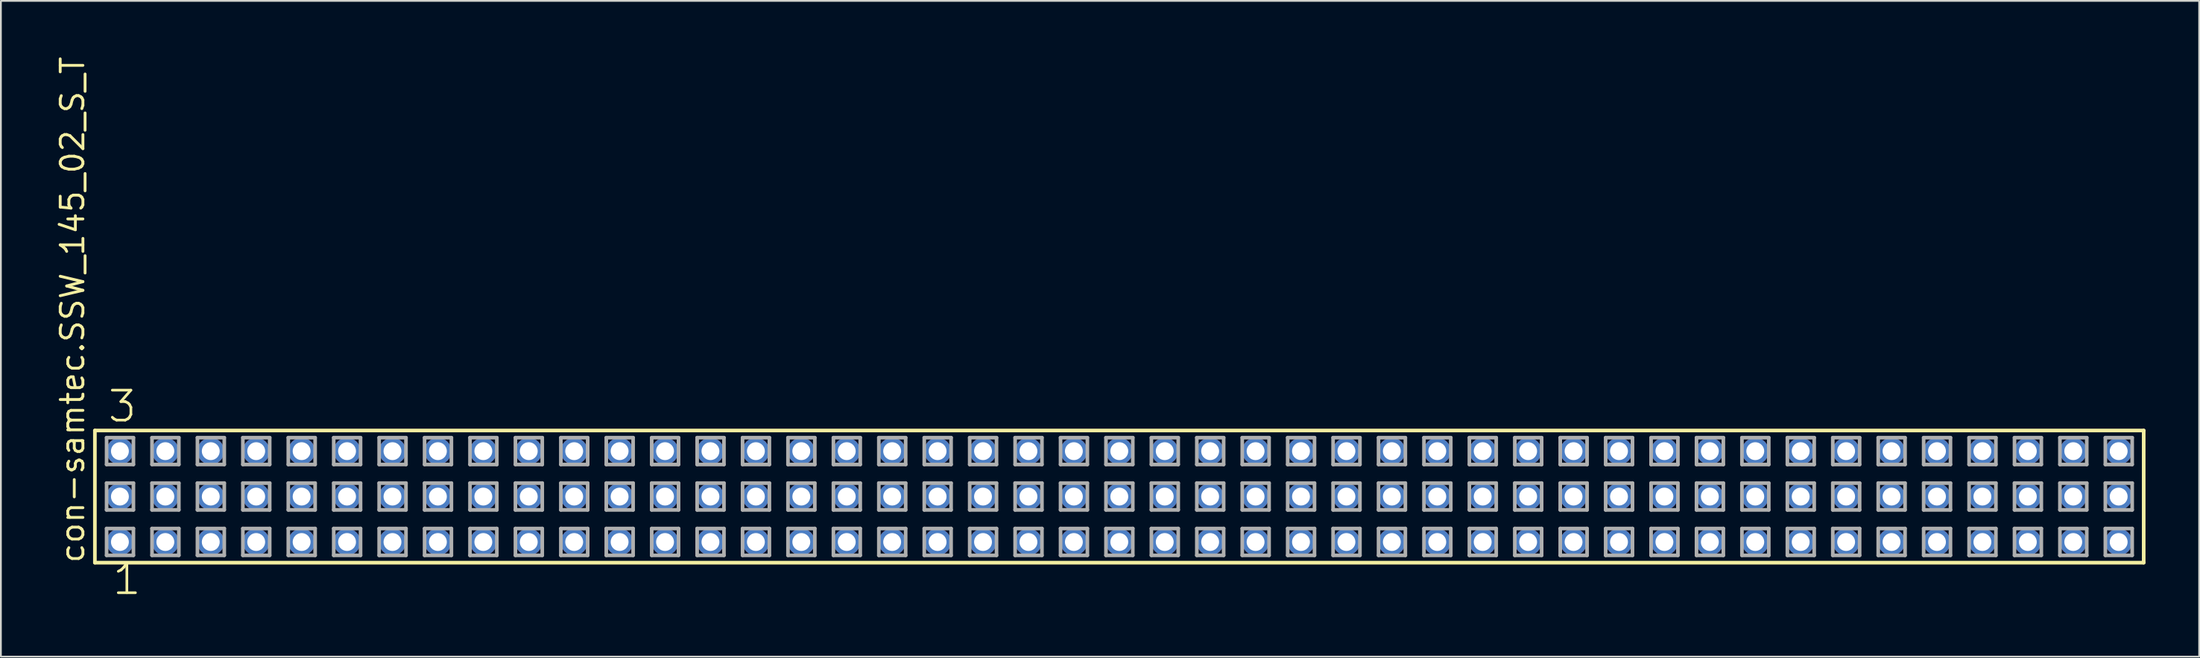
<source format=kicad_pcb>
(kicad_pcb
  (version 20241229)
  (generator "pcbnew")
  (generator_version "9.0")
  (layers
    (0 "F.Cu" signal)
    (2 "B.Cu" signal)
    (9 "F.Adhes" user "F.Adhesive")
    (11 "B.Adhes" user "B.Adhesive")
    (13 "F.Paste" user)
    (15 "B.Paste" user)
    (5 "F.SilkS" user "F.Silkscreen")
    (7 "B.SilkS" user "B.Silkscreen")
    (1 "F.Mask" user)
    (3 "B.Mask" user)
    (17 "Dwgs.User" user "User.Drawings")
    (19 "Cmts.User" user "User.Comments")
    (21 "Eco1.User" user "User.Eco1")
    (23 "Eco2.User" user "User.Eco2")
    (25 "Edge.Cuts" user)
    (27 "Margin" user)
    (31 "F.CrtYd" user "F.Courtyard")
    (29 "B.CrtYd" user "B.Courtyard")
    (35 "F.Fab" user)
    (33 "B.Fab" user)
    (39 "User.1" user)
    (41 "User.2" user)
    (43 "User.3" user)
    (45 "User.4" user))
  (footprint "con-samtec.SSW_145_02_S_T"
    (layer "F.Cu")
    (at 59.535 24.719)
    (property "Reference" "con-samtec.SSW_145_02_S_T" (at -57.785 3.81 90) (layer "F.SilkS") (effects (font (size 1.27 1.27) (thickness 0.16)) (justify left bottom)))
    (attr through_hole)
    (fp_line (start -57.279 -3.695) (end 57.279 -3.695) (stroke (width 0.203) (type default)) (layer "F.SilkS"))
    (fp_line (start -57.279 3.695) (end -57.279 -3.695) (stroke (width 0.203) (type default)) (layer "F.SilkS"))
    (fp_line (start 57.279 -3.695) (end 57.279 3.695) (stroke (width 0.203) (type default)) (layer "F.SilkS"))
    (fp_line (start 57.279 3.695) (end -57.279 3.695) (stroke (width 0.203) (type default)) (layer "F.SilkS"))
    (fp_line (start -56.625 -3.295) (end -55.125 -3.295) (stroke (width 0.203) (type default)) (layer "F.Fab"))
    (fp_line (start -56.625 -1.795) (end -56.625 -3.295) (stroke (width 0.203) (type default)) (layer "F.Fab"))
    (fp_line (start -56.625 -0.755) (end -55.125 -0.755) (stroke (width 0.203) (type default)) (layer "F.Fab"))
    (fp_line (start -56.625 0.745) (end -56.625 -0.755) (stroke (width 0.203) (type default)) (layer "F.Fab"))
    (fp_line (start -56.625 1.785) (end -55.125 1.785) (stroke (width 0.203) (type default)) (layer "F.Fab"))
    (fp_line (start -56.625 3.285) (end -56.625 1.785) (stroke (width 0.203) (type default)) (layer "F.Fab"))
    (fp_line (start -55.125 -3.295) (end -55.125 -1.795) (stroke (width 0.203) (type default)) (layer "F.Fab"))
    (fp_line (start -55.125 -1.795) (end -56.625 -1.795) (stroke (width 0.203) (type default)) (layer "F.Fab"))
    (fp_line (start -55.125 -0.755) (end -55.125 0.745) (stroke (width 0.203) (type default)) (layer "F.Fab"))
    (fp_line (start -55.125 0.745) (end -56.625 0.745) (stroke (width 0.203) (type default)) (layer "F.Fab"))
    (fp_line (start -55.125 1.785) (end -55.125 3.285) (stroke (width 0.203) (type default)) (layer "F.Fab"))
    (fp_line (start -55.125 3.285) (end -56.625 3.285) (stroke (width 0.203) (type default)) (layer "F.Fab"))
    (fp_line (start -54.085 -3.295) (end -52.585 -3.295) (stroke (width 0.203) (type default)) (layer "F.Fab"))
    (fp_line (start -54.085 -1.795) (end -54.085 -3.295) (stroke (width 0.203) (type default)) (layer "F.Fab"))
    (fp_line (start -54.085 -0.755) (end -52.585 -0.755) (stroke (width 0.203) (type default)) (layer "F.Fab"))
    (fp_line (start -54.085 0.745) (end -54.085 -0.755) (stroke (width 0.203) (type default)) (layer "F.Fab"))
    (fp_line (start -54.085 1.785) (end -52.585 1.785) (stroke (width 0.203) (type default)) (layer "F.Fab"))
    (fp_line (start -54.085 3.285) (end -54.085 1.785) (stroke (width 0.203) (type default)) (layer "F.Fab"))
    (fp_line (start -52.585 -3.295) (end -52.585 -1.795) (stroke (width 0.203) (type default)) (layer "F.Fab"))
    (fp_line (start -52.585 -1.795) (end -54.085 -1.795) (stroke (width 0.203) (type default)) (layer "F.Fab"))
    (fp_line (start -52.585 -0.755) (end -52.585 0.745) (stroke (width 0.203) (type default)) (layer "F.Fab"))
    (fp_line (start -52.585 0.745) (end -54.085 0.745) (stroke (width 0.203) (type default)) (layer "F.Fab"))
    (fp_line (start -52.585 1.785) (end -52.585 3.285) (stroke (width 0.203) (type default)) (layer "F.Fab"))
    (fp_line (start -52.585 3.285) (end -54.085 3.285) (stroke (width 0.203) (type default)) (layer "F.Fab"))
    (fp_line (start -51.545 -3.295) (end -50.045 -3.295) (stroke (width 0.203) (type default)) (layer "F.Fab"))
    (fp_line (start -51.545 -1.795) (end -51.545 -3.295) (stroke (width 0.203) (type default)) (layer "F.Fab"))
    (fp_line (start -51.545 -0.755) (end -50.045 -0.755) (stroke (width 0.203) (type default)) (layer "F.Fab"))
    (fp_line (start -51.545 0.745) (end -51.545 -0.755) (stroke (width 0.203) (type default)) (layer "F.Fab"))
    (fp_line (start -51.545 1.785) (end -50.045 1.785) (stroke (width 0.203) (type default)) (layer "F.Fab"))
    (fp_line (start -51.545 3.285) (end -51.545 1.785) (stroke (width 0.203) (type default)) (layer "F.Fab"))
    (fp_line (start -50.045 -3.295) (end -50.045 -1.795) (stroke (width 0.203) (type default)) (layer "F.Fab"))
    (fp_line (start -50.045 -1.795) (end -51.545 -1.795) (stroke (width 0.203) (type default)) (layer "F.Fab"))
    (fp_line (start -50.045 -0.755) (end -50.045 0.745) (stroke (width 0.203) (type default)) (layer "F.Fab"))
    (fp_line (start -50.045 0.745) (end -51.545 0.745) (stroke (width 0.203) (type default)) (layer "F.Fab"))
    (fp_line (start -50.045 1.785) (end -50.045 3.285) (stroke (width 0.203) (type default)) (layer "F.Fab"))
    (fp_line (start -50.045 3.285) (end -51.545 3.285) (stroke (width 0.203) (type default)) (layer "F.Fab"))
    (fp_line (start -49.005 -3.295) (end -47.505 -3.295) (stroke (width 0.203) (type default)) (layer "F.Fab"))
    (fp_line (start -49.005 -1.795) (end -49.005 -3.295) (stroke (width 0.203) (type default)) (layer "F.Fab"))
    (fp_line (start -49.005 -0.755) (end -47.505 -0.755) (stroke (width 0.203) (type default)) (layer "F.Fab"))
    (fp_line (start -49.005 0.745) (end -49.005 -0.755) (stroke (width 0.203) (type default)) (layer "F.Fab"))
    (fp_line (start -49.005 1.785) (end -47.505 1.785) (stroke (width 0.203) (type default)) (layer "F.Fab"))
    (fp_line (start -49.005 3.285) (end -49.005 1.785) (stroke (width 0.203) (type default)) (layer "F.Fab"))
    (fp_line (start -47.505 -3.295) (end -47.505 -1.795) (stroke (width 0.203) (type default)) (layer "F.Fab"))
    (fp_line (start -47.505 -1.795) (end -49.005 -1.795) (stroke (width 0.203) (type default)) (layer "F.Fab"))
    (fp_line (start -47.505 -0.755) (end -47.505 0.745) (stroke (width 0.203) (type default)) (layer "F.Fab"))
    (fp_line (start -47.505 0.745) (end -49.005 0.745) (stroke (width 0.203) (type default)) (layer "F.Fab"))
    (fp_line (start -47.505 1.785) (end -47.505 3.285) (stroke (width 0.203) (type default)) (layer "F.Fab"))
    (fp_line (start -47.505 3.285) (end -49.005 3.285) (stroke (width 0.203) (type default)) (layer "F.Fab"))
    (fp_line (start -46.465 -3.295) (end -44.965 -3.295) (stroke (width 0.203) (type default)) (layer "F.Fab"))
    (fp_line (start -46.465 -1.795) (end -46.465 -3.295) (stroke (width 0.203) (type default)) (layer "F.Fab"))
    (fp_line (start -46.465 -0.755) (end -44.965 -0.755) (stroke (width 0.203) (type default)) (layer "F.Fab"))
    (fp_line (start -46.465 0.745) (end -46.465 -0.755) (stroke (width 0.203) (type default)) (layer "F.Fab"))
    (fp_line (start -46.465 1.785) (end -44.965 1.785) (stroke (width 0.203) (type default)) (layer "F.Fab"))
    (fp_line (start -46.465 3.285) (end -46.465 1.785) (stroke (width 0.203) (type default)) (layer "F.Fab"))
    (fp_line (start -44.965 -3.295) (end -44.965 -1.795) (stroke (width 0.203) (type default)) (layer "F.Fab"))
    (fp_line (start -44.965 -1.795) (end -46.465 -1.795) (stroke (width 0.203) (type default)) (layer "F.Fab"))
    (fp_line (start -44.965 -0.755) (end -44.965 0.745) (stroke (width 0.203) (type default)) (layer "F.Fab"))
    (fp_line (start -44.965 0.745) (end -46.465 0.745) (stroke (width 0.203) (type default)) (layer "F.Fab"))
    (fp_line (start -44.965 1.785) (end -44.965 3.285) (stroke (width 0.203) (type default)) (layer "F.Fab"))
    (fp_line (start -44.965 3.285) (end -46.465 3.285) (stroke (width 0.203) (type default)) (layer "F.Fab"))
    (fp_line (start -43.925 -3.295) (end -42.425 -3.295) (stroke (width 0.203) (type default)) (layer "F.Fab"))
    (fp_line (start -43.925 -1.795) (end -43.925 -3.295) (stroke (width 0.203) (type default)) (layer "F.Fab"))
    (fp_line (start -43.925 -0.755) (end -42.425 -0.755) (stroke (width 0.203) (type default)) (layer "F.Fab"))
    (fp_line (start -43.925 0.745) (end -43.925 -0.755) (stroke (width 0.203) (type default)) (layer "F.Fab"))
    (fp_line (start -43.925 1.785) (end -42.425 1.785) (stroke (width 0.203) (type default)) (layer "F.Fab"))
    (fp_line (start -43.925 3.285) (end -43.925 1.785) (stroke (width 0.203) (type default)) (layer "F.Fab"))
    (fp_line (start -42.425 -3.295) (end -42.425 -1.795) (stroke (width 0.203) (type default)) (layer "F.Fab"))
    (fp_line (start -42.425 -1.795) (end -43.925 -1.795) (stroke (width 0.203) (type default)) (layer "F.Fab"))
    (fp_line (start -42.425 -0.755) (end -42.425 0.745) (stroke (width 0.203) (type default)) (layer "F.Fab"))
    (fp_line (start -42.425 0.745) (end -43.925 0.745) (stroke (width 0.203) (type default)) (layer "F.Fab"))
    (fp_line (start -42.425 1.785) (end -42.425 3.285) (stroke (width 0.203) (type default)) (layer "F.Fab"))
    (fp_line (start -42.425 3.285) (end -43.925 3.285) (stroke (width 0.203) (type default)) (layer "F.Fab"))
    (fp_line (start -41.385 -3.295) (end -39.885 -3.295) (stroke (width 0.203) (type default)) (layer "F.Fab"))
    (fp_line (start -41.385 -1.795) (end -41.385 -3.295) (stroke (width 0.203) (type default)) (layer "F.Fab"))
    (fp_line (start -41.385 -0.755) (end -39.885 -0.755) (stroke (width 0.203) (type default)) (layer "F.Fab"))
    (fp_line (start -41.385 0.745) (end -41.385 -0.755) (stroke (width 0.203) (type default)) (layer "F.Fab"))
    (fp_line (start -41.385 1.785) (end -39.885 1.785) (stroke (width 0.203) (type default)) (layer "F.Fab"))
    (fp_line (start -41.385 3.285) (end -41.385 1.785) (stroke (width 0.203) (type default)) (layer "F.Fab"))
    (fp_line (start -39.885 -3.295) (end -39.885 -1.795) (stroke (width 0.203) (type default)) (layer "F.Fab"))
    (fp_line (start -39.885 -1.795) (end -41.385 -1.795) (stroke (width 0.203) (type default)) (layer "F.Fab"))
    (fp_line (start -39.885 -0.755) (end -39.885 0.745) (stroke (width 0.203) (type default)) (layer "F.Fab"))
    (fp_line (start -39.885 0.745) (end -41.385 0.745) (stroke (width 0.203) (type default)) (layer "F.Fab"))
    (fp_line (start -39.885 1.785) (end -39.885 3.285) (stroke (width 0.203) (type default)) (layer "F.Fab"))
    (fp_line (start -39.885 3.285) (end -41.385 3.285) (stroke (width 0.203) (type default)) (layer "F.Fab"))
    (fp_line (start -38.845 -3.295) (end -37.345 -3.295) (stroke (width 0.203) (type default)) (layer "F.Fab"))
    (fp_line (start -38.845 -1.795) (end -38.845 -3.295) (stroke (width 0.203) (type default)) (layer "F.Fab"))
    (fp_line (start -38.845 -0.755) (end -37.345 -0.755) (stroke (width 0.203) (type default)) (layer "F.Fab"))
    (fp_line (start -38.845 0.745) (end -38.845 -0.755) (stroke (width 0.203) (type default)) (layer "F.Fab"))
    (fp_line (start -38.845 1.785) (end -37.345 1.785) (stroke (width 0.203) (type default)) (layer "F.Fab"))
    (fp_line (start -38.845 3.285) (end -38.845 1.785) (stroke (width 0.203) (type default)) (layer "F.Fab"))
    (fp_line (start -37.345 -3.295) (end -37.345 -1.795) (stroke (width 0.203) (type default)) (layer "F.Fab"))
    (fp_line (start -37.345 -1.795) (end -38.845 -1.795) (stroke (width 0.203) (type default)) (layer "F.Fab"))
    (fp_line (start -37.345 -0.755) (end -37.345 0.745) (stroke (width 0.203) (type default)) (layer "F.Fab"))
    (fp_line (start -37.345 0.745) (end -38.845 0.745) (stroke (width 0.203) (type default)) (layer "F.Fab"))
    (fp_line (start -37.345 1.785) (end -37.345 3.285) (stroke (width 0.203) (type default)) (layer "F.Fab"))
    (fp_line (start -37.345 3.285) (end -38.845 3.285) (stroke (width 0.203) (type default)) (layer "F.Fab"))
    (fp_line (start -36.305 -3.295) (end -34.805 -3.295) (stroke (width 0.203) (type default)) (layer "F.Fab"))
    (fp_line (start -36.305 -1.795) (end -36.305 -3.295) (stroke (width 0.203) (type default)) (layer "F.Fab"))
    (fp_line (start -36.305 -0.755) (end -34.805 -0.755) (stroke (width 0.203) (type default)) (layer "F.Fab"))
    (fp_line (start -36.305 0.745) (end -36.305 -0.755) (stroke (width 0.203) (type default)) (layer "F.Fab"))
    (fp_line (start -36.305 1.785) (end -34.805 1.785) (stroke (width 0.203) (type default)) (layer "F.Fab"))
    (fp_line (start -36.305 3.285) (end -36.305 1.785) (stroke (width 0.203) (type default)) (layer "F.Fab"))
    (fp_line (start -34.805 -3.295) (end -34.805 -1.795) (stroke (width 0.203) (type default)) (layer "F.Fab"))
    (fp_line (start -34.805 -1.795) (end -36.305 -1.795) (stroke (width 0.203) (type default)) (layer "F.Fab"))
    (fp_line (start -34.805 -0.755) (end -34.805 0.745) (stroke (width 0.203) (type default)) (layer "F.Fab"))
    (fp_line (start -34.805 0.745) (end -36.305 0.745) (stroke (width 0.203) (type default)) (layer "F.Fab"))
    (fp_line (start -34.805 1.785) (end -34.805 3.285) (stroke (width 0.203) (type default)) (layer "F.Fab"))
    (fp_line (start -34.805 3.285) (end -36.305 3.285) (stroke (width 0.203) (type default)) (layer "F.Fab"))
    (fp_line (start -33.765 -3.295) (end -32.265 -3.295) (stroke (width 0.203) (type default)) (layer "F.Fab"))
    (fp_line (start -33.765 -1.795) (end -33.765 -3.295) (stroke (width 0.203) (type default)) (layer "F.Fab"))
    (fp_line (start -33.765 -0.755) (end -32.265 -0.755) (stroke (width 0.203) (type default)) (layer "F.Fab"))
    (fp_line (start -33.765 0.745) (end -33.765 -0.755) (stroke (width 0.203) (type default)) (layer "F.Fab"))
    (fp_line (start -33.765 1.785) (end -32.265 1.785) (stroke (width 0.203) (type default)) (layer "F.Fab"))
    (fp_line (start -33.765 3.285) (end -33.765 1.785) (stroke (width 0.203) (type default)) (layer "F.Fab"))
    (fp_line (start -32.265 -3.295) (end -32.265 -1.795) (stroke (width 0.203) (type default)) (layer "F.Fab"))
    (fp_line (start -32.265 -1.795) (end -33.765 -1.795) (stroke (width 0.203) (type default)) (layer "F.Fab"))
    (fp_line (start -32.265 -0.755) (end -32.265 0.745) (stroke (width 0.203) (type default)) (layer "F.Fab"))
    (fp_line (start -32.265 0.745) (end -33.765 0.745) (stroke (width 0.203) (type default)) (layer "F.Fab"))
    (fp_line (start -32.265 1.785) (end -32.265 3.285) (stroke (width 0.203) (type default)) (layer "F.Fab"))
    (fp_line (start -32.265 3.285) (end -33.765 3.285) (stroke (width 0.203) (type default)) (layer "F.Fab"))
    (fp_line (start -31.225 -3.295) (end -29.725 -3.295) (stroke (width 0.203) (type default)) (layer "F.Fab"))
    (fp_line (start -31.225 -1.795) (end -31.225 -3.295) (stroke (width 0.203) (type default)) (layer "F.Fab"))
    (fp_line (start -31.225 -0.755) (end -29.725 -0.755) (stroke (width 0.203) (type default)) (layer "F.Fab"))
    (fp_line (start -31.225 0.745) (end -31.225 -0.755) (stroke (width 0.203) (type default)) (layer "F.Fab"))
    (fp_line (start -31.225 1.785) (end -29.725 1.785) (stroke (width 0.203) (type default)) (layer "F.Fab"))
    (fp_line (start -31.225 3.285) (end -31.225 1.785) (stroke (width 0.203) (type default)) (layer "F.Fab"))
    (fp_line (start -29.725 -3.295) (end -29.725 -1.795) (stroke (width 0.203) (type default)) (layer "F.Fab"))
    (fp_line (start -29.725 -1.795) (end -31.225 -1.795) (stroke (width 0.203) (type default)) (layer "F.Fab"))
    (fp_line (start -29.725 -0.755) (end -29.725 0.745) (stroke (width 0.203) (type default)) (layer "F.Fab"))
    (fp_line (start -29.725 0.745) (end -31.225 0.745) (stroke (width 0.203) (type default)) (layer "F.Fab"))
    (fp_line (start -29.725 1.785) (end -29.725 3.285) (stroke (width 0.203) (type default)) (layer "F.Fab"))
    (fp_line (start -29.725 3.285) (end -31.225 3.285) (stroke (width 0.203) (type default)) (layer "F.Fab"))
    (fp_line (start -28.685 -3.295) (end -27.185 -3.295) (stroke (width 0.203) (type default)) (layer "F.Fab"))
    (fp_line (start -28.685 -1.795) (end -28.685 -3.295) (stroke (width 0.203) (type default)) (layer "F.Fab"))
    (fp_line (start -28.685 -0.755) (end -27.185 -0.755) (stroke (width 0.203) (type default)) (layer "F.Fab"))
    (fp_line (start -28.685 0.745) (end -28.685 -0.755) (stroke (width 0.203) (type default)) (layer "F.Fab"))
    (fp_line (start -28.685 1.785) (end -27.185 1.785) (stroke (width 0.203) (type default)) (layer "F.Fab"))
    (fp_line (start -28.685 3.285) (end -28.685 1.785) (stroke (width 0.203) (type default)) (layer "F.Fab"))
    (fp_line (start -27.185 -3.295) (end -27.185 -1.795) (stroke (width 0.203) (type default)) (layer "F.Fab"))
    (fp_line (start -27.185 -1.795) (end -28.685 -1.795) (stroke (width 0.203) (type default)) (layer "F.Fab"))
    (fp_line (start -27.185 -0.755) (end -27.185 0.745) (stroke (width 0.203) (type default)) (layer "F.Fab"))
    (fp_line (start -27.185 0.745) (end -28.685 0.745) (stroke (width 0.203) (type default)) (layer "F.Fab"))
    (fp_line (start -27.185 1.785) (end -27.185 3.285) (stroke (width 0.203) (type default)) (layer "F.Fab"))
    (fp_line (start -27.185 3.285) (end -28.685 3.285) (stroke (width 0.203) (type default)) (layer "F.Fab"))
    (fp_line (start -26.145 -3.295) (end -24.645 -3.295) (stroke (width 0.203) (type default)) (layer "F.Fab"))
    (fp_line (start -26.145 -1.795) (end -26.145 -3.295) (stroke (width 0.203) (type default)) (layer "F.Fab"))
    (fp_line (start -26.145 -0.755) (end -24.645 -0.755) (stroke (width 0.203) (type default)) (layer "F.Fab"))
    (fp_line (start -26.145 0.745) (end -26.145 -0.755) (stroke (width 0.203) (type default)) (layer "F.Fab"))
    (fp_line (start -26.145 1.785) (end -24.645 1.785) (stroke (width 0.203) (type default)) (layer "F.Fab"))
    (fp_line (start -26.145 3.285) (end -26.145 1.785) (stroke (width 0.203) (type default)) (layer "F.Fab"))
    (fp_line (start -24.645 -3.295) (end -24.645 -1.795) (stroke (width 0.203) (type default)) (layer "F.Fab"))
    (fp_line (start -24.645 -1.795) (end -26.145 -1.795) (stroke (width 0.203) (type default)) (layer "F.Fab"))
    (fp_line (start -24.645 -0.755) (end -24.645 0.745) (stroke (width 0.203) (type default)) (layer "F.Fab"))
    (fp_line (start -24.645 0.745) (end -26.145 0.745) (stroke (width 0.203) (type default)) (layer "F.Fab"))
    (fp_line (start -24.645 1.785) (end -24.645 3.285) (stroke (width 0.203) (type default)) (layer "F.Fab"))
    (fp_line (start -24.645 3.285) (end -26.145 3.285) (stroke (width 0.203) (type default)) (layer "F.Fab"))
    (fp_line (start -23.605 -3.295) (end -22.105 -3.295) (stroke (width 0.203) (type default)) (layer "F.Fab"))
    (fp_line (start -23.605 -1.795) (end -23.605 -3.295) (stroke (width 0.203) (type default)) (layer "F.Fab"))
    (fp_line (start -23.605 -0.755) (end -22.105 -0.755) (stroke (width 0.203) (type default)) (layer "F.Fab"))
    (fp_line (start -23.605 0.745) (end -23.605 -0.755) (stroke (width 0.203) (type default)) (layer "F.Fab"))
    (fp_line (start -23.605 1.785) (end -22.105 1.785) (stroke (width 0.203) (type default)) (layer "F.Fab"))
    (fp_line (start -23.605 3.285) (end -23.605 1.785) (stroke (width 0.203) (type default)) (layer "F.Fab"))
    (fp_line (start -22.105 -3.295) (end -22.105 -1.795) (stroke (width 0.203) (type default)) (layer "F.Fab"))
    (fp_line (start -22.105 -1.795) (end -23.605 -1.795) (stroke (width 0.203) (type default)) (layer "F.Fab"))
    (fp_line (start -22.105 -0.755) (end -22.105 0.745) (stroke (width 0.203) (type default)) (layer "F.Fab"))
    (fp_line (start -22.105 0.745) (end -23.605 0.745) (stroke (width 0.203) (type default)) (layer "F.Fab"))
    (fp_line (start -22.105 1.785) (end -22.105 3.285) (stroke (width 0.203) (type default)) (layer "F.Fab"))
    (fp_line (start -22.105 3.285) (end -23.605 3.285) (stroke (width 0.203) (type default)) (layer "F.Fab"))
    (fp_line (start -21.065 -3.295) (end -19.565 -3.295) (stroke (width 0.203) (type default)) (layer "F.Fab"))
    (fp_line (start -21.065 -1.795) (end -21.065 -3.295) (stroke (width 0.203) (type default)) (layer "F.Fab"))
    (fp_line (start -21.065 -0.755) (end -19.565 -0.755) (stroke (width 0.203) (type default)) (layer "F.Fab"))
    (fp_line (start -21.065 0.745) (end -21.065 -0.755) (stroke (width 0.203) (type default)) (layer "F.Fab"))
    (fp_line (start -21.065 1.785) (end -19.565 1.785) (stroke (width 0.203) (type default)) (layer "F.Fab"))
    (fp_line (start -21.065 3.285) (end -21.065 1.785) (stroke (width 0.203) (type default)) (layer "F.Fab"))
    (fp_line (start -19.565 -3.295) (end -19.565 -1.795) (stroke (width 0.203) (type default)) (layer "F.Fab"))
    (fp_line (start -19.565 -1.795) (end -21.065 -1.795) (stroke (width 0.203) (type default)) (layer "F.Fab"))
    (fp_line (start -19.565 -0.755) (end -19.565 0.745) (stroke (width 0.203) (type default)) (layer "F.Fab"))
    (fp_line (start -19.565 0.745) (end -21.065 0.745) (stroke (width 0.203) (type default)) (layer "F.Fab"))
    (fp_line (start -19.565 1.785) (end -19.565 3.285) (stroke (width 0.203) (type default)) (layer "F.Fab"))
    (fp_line (start -19.565 3.285) (end -21.065 3.285) (stroke (width 0.203) (type default)) (layer "F.Fab"))
    (fp_line (start -18.525 -3.295) (end -17.025 -3.295) (stroke (width 0.203) (type default)) (layer "F.Fab"))
    (fp_line (start -18.525 -1.795) (end -18.525 -3.295) (stroke (width 0.203) (type default)) (layer "F.Fab"))
    (fp_line (start -18.525 -0.755) (end -17.025 -0.755) (stroke (width 0.203) (type default)) (layer "F.Fab"))
    (fp_line (start -18.525 0.745) (end -18.525 -0.755) (stroke (width 0.203) (type default)) (layer "F.Fab"))
    (fp_line (start -18.525 1.785) (end -17.025 1.785) (stroke (width 0.203) (type default)) (layer "F.Fab"))
    (fp_line (start -18.525 3.285) (end -18.525 1.785) (stroke (width 0.203) (type default)) (layer "F.Fab"))
    (fp_line (start -17.025 -3.295) (end -17.025 -1.795) (stroke (width 0.203) (type default)) (layer "F.Fab"))
    (fp_line (start -17.025 -1.795) (end -18.525 -1.795) (stroke (width 0.203) (type default)) (layer "F.Fab"))
    (fp_line (start -17.025 -0.755) (end -17.025 0.745) (stroke (width 0.203) (type default)) (layer "F.Fab"))
    (fp_line (start -17.025 0.745) (end -18.525 0.745) (stroke (width 0.203) (type default)) (layer "F.Fab"))
    (fp_line (start -17.025 1.785) (end -17.025 3.285) (stroke (width 0.203) (type default)) (layer "F.Fab"))
    (fp_line (start -17.025 3.285) (end -18.525 3.285) (stroke (width 0.203) (type default)) (layer "F.Fab"))
    (fp_line (start -15.985 -3.295) (end -14.485 -3.295) (stroke (width 0.203) (type default)) (layer "F.Fab"))
    (fp_line (start -15.985 -1.795) (end -15.985 -3.295) (stroke (width 0.203) (type default)) (layer "F.Fab"))
    (fp_line (start -15.985 -0.755) (end -14.485 -0.755) (stroke (width 0.203) (type default)) (layer "F.Fab"))
    (fp_line (start -15.985 0.745) (end -15.985 -0.755) (stroke (width 0.203) (type default)) (layer "F.Fab"))
    (fp_line (start -15.985 1.785) (end -14.485 1.785) (stroke (width 0.203) (type default)) (layer "F.Fab"))
    (fp_line (start -15.985 3.285) (end -15.985 1.785) (stroke (width 0.203) (type default)) (layer "F.Fab"))
    (fp_line (start -14.485 -3.295) (end -14.485 -1.795) (stroke (width 0.203) (type default)) (layer "F.Fab"))
    (fp_line (start -14.485 -1.795) (end -15.985 -1.795) (stroke (width 0.203) (type default)) (layer "F.Fab"))
    (fp_line (start -14.485 -0.755) (end -14.485 0.745) (stroke (width 0.203) (type default)) (layer "F.Fab"))
    (fp_line (start -14.485 0.745) (end -15.985 0.745) (stroke (width 0.203) (type default)) (layer "F.Fab"))
    (fp_line (start -14.485 1.785) (end -14.485 3.285) (stroke (width 0.203) (type default)) (layer "F.Fab"))
    (fp_line (start -14.485 3.285) (end -15.985 3.285) (stroke (width 0.203) (type default)) (layer "F.Fab"))
    (fp_line (start -13.445 -3.295) (end -11.945 -3.295) (stroke (width 0.203) (type default)) (layer "F.Fab"))
    (fp_line (start -13.445 -1.795) (end -13.445 -3.295) (stroke (width 0.203) (type default)) (layer "F.Fab"))
    (fp_line (start -13.445 -0.755) (end -11.945 -0.755) (stroke (width 0.203) (type default)) (layer "F.Fab"))
    (fp_line (start -13.445 0.745) (end -13.445 -0.755) (stroke (width 0.203) (type default)) (layer "F.Fab"))
    (fp_line (start -13.445 1.785) (end -11.945 1.785) (stroke (width 0.203) (type default)) (layer "F.Fab"))
    (fp_line (start -13.445 3.285) (end -13.445 1.785) (stroke (width 0.203) (type default)) (layer "F.Fab"))
    (fp_line (start -11.945 -3.295) (end -11.945 -1.795) (stroke (width 0.203) (type default)) (layer "F.Fab"))
    (fp_line (start -11.945 -1.795) (end -13.445 -1.795) (stroke (width 0.203) (type default)) (layer "F.Fab"))
    (fp_line (start -11.945 -0.755) (end -11.945 0.745) (stroke (width 0.203) (type default)) (layer "F.Fab"))
    (fp_line (start -11.945 0.745) (end -13.445 0.745) (stroke (width 0.203) (type default)) (layer "F.Fab"))
    (fp_line (start -11.945 1.785) (end -11.945 3.285) (stroke (width 0.203) (type default)) (layer "F.Fab"))
    (fp_line (start -11.945 3.285) (end -13.445 3.285) (stroke (width 0.203) (type default)) (layer "F.Fab"))
    (fp_line (start -10.905 -3.295) (end -9.405 -3.295) (stroke (width 0.203) (type default)) (layer "F.Fab"))
    (fp_line (start -10.905 -1.795) (end -10.905 -3.295) (stroke (width 0.203) (type default)) (layer "F.Fab"))
    (fp_line (start -10.905 -0.755) (end -9.405 -0.755) (stroke (width 0.203) (type default)) (layer "F.Fab"))
    (fp_line (start -10.905 0.745) (end -10.905 -0.755) (stroke (width 0.203) (type default)) (layer "F.Fab"))
    (fp_line (start -10.905 1.785) (end -9.405 1.785) (stroke (width 0.203) (type default)) (layer "F.Fab"))
    (fp_line (start -10.905 3.285) (end -10.905 1.785) (stroke (width 0.203) (type default)) (layer "F.Fab"))
    (fp_line (start -9.405 -3.295) (end -9.405 -1.795) (stroke (width 0.203) (type default)) (layer "F.Fab"))
    (fp_line (start -9.405 -1.795) (end -10.905 -1.795) (stroke (width 0.203) (type default)) (layer "F.Fab"))
    (fp_line (start -9.405 -0.755) (end -9.405 0.745) (stroke (width 0.203) (type default)) (layer "F.Fab"))
    (fp_line (start -9.405 0.745) (end -10.905 0.745) (stroke (width 0.203) (type default)) (layer "F.Fab"))
    (fp_line (start -9.405 1.785) (end -9.405 3.285) (stroke (width 0.203) (type default)) (layer "F.Fab"))
    (fp_line (start -9.405 3.285) (end -10.905 3.285) (stroke (width 0.203) (type default)) (layer "F.Fab"))
    (fp_line (start -8.365 -3.295) (end -6.865 -3.295) (stroke (width 0.203) (type default)) (layer "F.Fab"))
    (fp_line (start -8.365 -1.795) (end -8.365 -3.295) (stroke (width 0.203) (type default)) (layer "F.Fab"))
    (fp_line (start -8.365 -0.755) (end -6.865 -0.755) (stroke (width 0.203) (type default)) (layer "F.Fab"))
    (fp_line (start -8.365 0.745) (end -8.365 -0.755) (stroke (width 0.203) (type default)) (layer "F.Fab"))
    (fp_line (start -8.365 1.785) (end -6.865 1.785) (stroke (width 0.203) (type default)) (layer "F.Fab"))
    (fp_line (start -8.365 3.285) (end -8.365 1.785) (stroke (width 0.203) (type default)) (layer "F.Fab"))
    (fp_line (start -6.865 -3.295) (end -6.865 -1.795) (stroke (width 0.203) (type default)) (layer "F.Fab"))
    (fp_line (start -6.865 -1.795) (end -8.365 -1.795) (stroke (width 0.203) (type default)) (layer "F.Fab"))
    (fp_line (start -6.865 -0.755) (end -6.865 0.745) (stroke (width 0.203) (type default)) (layer "F.Fab"))
    (fp_line (start -6.865 0.745) (end -8.365 0.745) (stroke (width 0.203) (type default)) (layer "F.Fab"))
    (fp_line (start -6.865 1.785) (end -6.865 3.285) (stroke (width 0.203) (type default)) (layer "F.Fab"))
    (fp_line (start -6.865 3.285) (end -8.365 3.285) (stroke (width 0.203) (type default)) (layer "F.Fab"))
    (fp_line (start -5.825 -3.295) (end -4.325 -3.295) (stroke (width 0.203) (type default)) (layer "F.Fab"))
    (fp_line (start -5.825 -1.795) (end -5.825 -3.295) (stroke (width 0.203) (type default)) (layer "F.Fab"))
    (fp_line (start -5.825 -0.755) (end -4.325 -0.755) (stroke (width 0.203) (type default)) (layer "F.Fab"))
    (fp_line (start -5.825 0.745) (end -5.825 -0.755) (stroke (width 0.203) (type default)) (layer "F.Fab"))
    (fp_line (start -5.825 1.785) (end -4.325 1.785) (stroke (width 0.203) (type default)) (layer "F.Fab"))
    (fp_line (start -5.825 3.285) (end -5.825 1.785) (stroke (width 0.203) (type default)) (layer "F.Fab"))
    (fp_line (start -4.325 -3.295) (end -4.325 -1.795) (stroke (width 0.203) (type default)) (layer "F.Fab"))
    (fp_line (start -4.325 -1.795) (end -5.825 -1.795) (stroke (width 0.203) (type default)) (layer "F.Fab"))
    (fp_line (start -4.325 -0.755) (end -4.325 0.745) (stroke (width 0.203) (type default)) (layer "F.Fab"))
    (fp_line (start -4.325 0.745) (end -5.825 0.745) (stroke (width 0.203) (type default)) (layer "F.Fab"))
    (fp_line (start -4.325 1.785) (end -4.325 3.285) (stroke (width 0.203) (type default)) (layer "F.Fab"))
    (fp_line (start -4.325 3.285) (end -5.825 3.285) (stroke (width 0.203) (type default)) (layer "F.Fab"))
    (fp_line (start -3.285 -3.295) (end -1.785 -3.295) (stroke (width 0.203) (type default)) (layer "F.Fab"))
    (fp_line (start -3.285 -1.795) (end -3.285 -3.295) (stroke (width 0.203) (type default)) (layer "F.Fab"))
    (fp_line (start -3.285 -0.755) (end -1.785 -0.755) (stroke (width 0.203) (type default)) (layer "F.Fab"))
    (fp_line (start -3.285 0.745) (end -3.285 -0.755) (stroke (width 0.203) (type default)) (layer "F.Fab"))
    (fp_line (start -3.285 1.785) (end -1.785 1.785) (stroke (width 0.203) (type default)) (layer "F.Fab"))
    (fp_line (start -3.285 3.285) (end -3.285 1.785) (stroke (width 0.203) (type default)) (layer "F.Fab"))
    (fp_line (start -1.785 -3.295) (end -1.785 -1.795) (stroke (width 0.203) (type default)) (layer "F.Fab"))
    (fp_line (start -1.785 -1.795) (end -3.285 -1.795) (stroke (width 0.203) (type default)) (layer "F.Fab"))
    (fp_line (start -1.785 -0.755) (end -1.785 0.745) (stroke (width 0.203) (type default)) (layer "F.Fab"))
    (fp_line (start -1.785 0.745) (end -3.285 0.745) (stroke (width 0.203) (type default)) (layer "F.Fab"))
    (fp_line (start -1.785 1.785) (end -1.785 3.285) (stroke (width 0.203) (type default)) (layer "F.Fab"))
    (fp_line (start -1.785 3.285) (end -3.285 3.285) (stroke (width 0.203) (type default)) (layer "F.Fab"))
    (fp_line (start -0.745 -3.295) (end 0.755 -3.295) (stroke (width 0.203) (type default)) (layer "F.Fab"))
    (fp_line (start -0.745 -1.795) (end -0.745 -3.295) (stroke (width 0.203) (type default)) (layer "F.Fab"))
    (fp_line (start -0.745 -0.755) (end 0.755 -0.755) (stroke (width 0.203) (type default)) (layer "F.Fab"))
    (fp_line (start -0.745 0.745) (end -0.745 -0.755) (stroke (width 0.203) (type default)) (layer "F.Fab"))
    (fp_line (start -0.745 1.785) (end 0.755 1.785) (stroke (width 0.203) (type default)) (layer "F.Fab"))
    (fp_line (start -0.745 3.285) (end -0.745 1.785) (stroke (width 0.203) (type default)) (layer "F.Fab"))
    (fp_line (start 0.755 -3.295) (end 0.755 -1.795) (stroke (width 0.203) (type default)) (layer "F.Fab"))
    (fp_line (start 0.755 -1.795) (end -0.745 -1.795) (stroke (width 0.203) (type default)) (layer "F.Fab"))
    (fp_line (start 0.755 -0.755) (end 0.755 0.745) (stroke (width 0.203) (type default)) (layer "F.Fab"))
    (fp_line (start 0.755 0.745) (end -0.745 0.745) (stroke (width 0.203) (type default)) (layer "F.Fab"))
    (fp_line (start 0.755 1.785) (end 0.755 3.285) (stroke (width 0.203) (type default)) (layer "F.Fab"))
    (fp_line (start 0.755 3.285) (end -0.745 3.285) (stroke (width 0.203) (type default)) (layer "F.Fab"))
    (fp_line (start 1.795 -3.295) (end 3.295 -3.295) (stroke (width 0.203) (type default)) (layer "F.Fab"))
    (fp_line (start 1.795 -1.795) (end 1.795 -3.295) (stroke (width 0.203) (type default)) (layer "F.Fab"))
    (fp_line (start 1.795 -0.755) (end 3.295 -0.755) (stroke (width 0.203) (type default)) (layer "F.Fab"))
    (fp_line (start 1.795 0.745) (end 1.795 -0.755) (stroke (width 0.203) (type default)) (layer "F.Fab"))
    (fp_line (start 1.795 1.785) (end 3.295 1.785) (stroke (width 0.203) (type default)) (layer "F.Fab"))
    (fp_line (start 1.795 3.285) (end 1.795 1.785) (stroke (width 0.203) (type default)) (layer "F.Fab"))
    (fp_line (start 3.295 -3.295) (end 3.295 -1.795) (stroke (width 0.203) (type default)) (layer "F.Fab"))
    (fp_line (start 3.295 -1.795) (end 1.795 -1.795) (stroke (width 0.203) (type default)) (layer "F.Fab"))
    (fp_line (start 3.295 -0.755) (end 3.295 0.745) (stroke (width 0.203) (type default)) (layer "F.Fab"))
    (fp_line (start 3.295 0.745) (end 1.795 0.745) (stroke (width 0.203) (type default)) (layer "F.Fab"))
    (fp_line (start 3.295 1.785) (end 3.295 3.285) (stroke (width 0.203) (type default)) (layer "F.Fab"))
    (fp_line (start 3.295 3.285) (end 1.795 3.285) (stroke (width 0.203) (type default)) (layer "F.Fab"))
    (fp_line (start 4.335 -3.295) (end 5.835 -3.295) (stroke (width 0.203) (type default)) (layer "F.Fab"))
    (fp_line (start 4.335 -1.795) (end 4.335 -3.295) (stroke (width 0.203) (type default)) (layer "F.Fab"))
    (fp_line (start 4.335 -0.755) (end 5.835 -0.755) (stroke (width 0.203) (type default)) (layer "F.Fab"))
    (fp_line (start 4.335 0.745) (end 4.335 -0.755) (stroke (width 0.203) (type default)) (layer "F.Fab"))
    (fp_line (start 4.335 1.785) (end 5.835 1.785) (stroke (width 0.203) (type default)) (layer "F.Fab"))
    (fp_line (start 4.335 3.285) (end 4.335 1.785) (stroke (width 0.203) (type default)) (layer "F.Fab"))
    (fp_line (start 5.835 -3.295) (end 5.835 -1.795) (stroke (width 0.203) (type default)) (layer "F.Fab"))
    (fp_line (start 5.835 -1.795) (end 4.335 -1.795) (stroke (width 0.203) (type default)) (layer "F.Fab"))
    (fp_line (start 5.835 -0.755) (end 5.835 0.745) (stroke (width 0.203) (type default)) (layer "F.Fab"))
    (fp_line (start 5.835 0.745) (end 4.335 0.745) (stroke (width 0.203) (type default)) (layer "F.Fab"))
    (fp_line (start 5.835 1.785) (end 5.835 3.285) (stroke (width 0.203) (type default)) (layer "F.Fab"))
    (fp_line (start 5.835 3.285) (end 4.335 3.285) (stroke (width 0.203) (type default)) (layer "F.Fab"))
    (fp_line (start 6.875 -3.295) (end 8.375 -3.295) (stroke (width 0.203) (type default)) (layer "F.Fab"))
    (fp_line (start 6.875 -1.795) (end 6.875 -3.295) (stroke (width 0.203) (type default)) (layer "F.Fab"))
    (fp_line (start 6.875 -0.755) (end 8.375 -0.755) (stroke (width 0.203) (type default)) (layer "F.Fab"))
    (fp_line (start 6.875 0.745) (end 6.875 -0.755) (stroke (width 0.203) (type default)) (layer "F.Fab"))
    (fp_line (start 6.875 1.785) (end 8.375 1.785) (stroke (width 0.203) (type default)) (layer "F.Fab"))
    (fp_line (start 6.875 3.285) (end 6.875 1.785) (stroke (width 0.203) (type default)) (layer "F.Fab"))
    (fp_line (start 8.375 -3.295) (end 8.375 -1.795) (stroke (width 0.203) (type default)) (layer "F.Fab"))
    (fp_line (start 8.375 -1.795) (end 6.875 -1.795) (stroke (width 0.203) (type default)) (layer "F.Fab"))
    (fp_line (start 8.375 -0.755) (end 8.375 0.745) (stroke (width 0.203) (type default)) (layer "F.Fab"))
    (fp_line (start 8.375 0.745) (end 6.875 0.745) (stroke (width 0.203) (type default)) (layer "F.Fab"))
    (fp_line (start 8.375 1.785) (end 8.375 3.285) (stroke (width 0.203) (type default)) (layer "F.Fab"))
    (fp_line (start 8.375 3.285) (end 6.875 3.285) (stroke (width 0.203) (type default)) (layer "F.Fab"))
    (fp_line (start 9.415 -3.295) (end 10.915 -3.295) (stroke (width 0.203) (type default)) (layer "F.Fab"))
    (fp_line (start 9.415 -1.795) (end 9.415 -3.295) (stroke (width 0.203) (type default)) (layer "F.Fab"))
    (fp_line (start 9.415 -0.755) (end 10.915 -0.755) (stroke (width 0.203) (type default)) (layer "F.Fab"))
    (fp_line (start 9.415 0.745) (end 9.415 -0.755) (stroke (width 0.203) (type default)) (layer "F.Fab"))
    (fp_line (start 9.415 1.785) (end 10.915 1.785) (stroke (width 0.203) (type default)) (layer "F.Fab"))
    (fp_line (start 9.415 3.285) (end 9.415 1.785) (stroke (width 0.203) (type default)) (layer "F.Fab"))
    (fp_line (start 10.915 -3.295) (end 10.915 -1.795) (stroke (width 0.203) (type default)) (layer "F.Fab"))
    (fp_line (start 10.915 -1.795) (end 9.415 -1.795) (stroke (width 0.203) (type default)) (layer "F.Fab"))
    (fp_line (start 10.915 -0.755) (end 10.915 0.745) (stroke (width 0.203) (type default)) (layer "F.Fab"))
    (fp_line (start 10.915 0.745) (end 9.415 0.745) (stroke (width 0.203) (type default)) (layer "F.Fab"))
    (fp_line (start 10.915 1.785) (end 10.915 3.285) (stroke (width 0.203) (type default)) (layer "F.Fab"))
    (fp_line (start 10.915 3.285) (end 9.415 3.285) (stroke (width 0.203) (type default)) (layer "F.Fab"))
    (fp_line (start 11.955 -3.295) (end 13.455 -3.295) (stroke (width 0.203) (type default)) (layer "F.Fab"))
    (fp_line (start 11.955 -1.795) (end 11.955 -3.295) (stroke (width 0.203) (type default)) (layer "F.Fab"))
    (fp_line (start 11.955 -0.755) (end 13.455 -0.755) (stroke (width 0.203) (type default)) (layer "F.Fab"))
    (fp_line (start 11.955 0.745) (end 11.955 -0.755) (stroke (width 0.203) (type default)) (layer "F.Fab"))
    (fp_line (start 11.955 1.785) (end 13.455 1.785) (stroke (width 0.203) (type default)) (layer "F.Fab"))
    (fp_line (start 11.955 3.285) (end 11.955 1.785) (stroke (width 0.203) (type default)) (layer "F.Fab"))
    (fp_line (start 13.455 -3.295) (end 13.455 -1.795) (stroke (width 0.203) (type default)) (layer "F.Fab"))
    (fp_line (start 13.455 -1.795) (end 11.955 -1.795) (stroke (width 0.203) (type default)) (layer "F.Fab"))
    (fp_line (start 13.455 -0.755) (end 13.455 0.745) (stroke (width 0.203) (type default)) (layer "F.Fab"))
    (fp_line (start 13.455 0.745) (end 11.955 0.745) (stroke (width 0.203) (type default)) (layer "F.Fab"))
    (fp_line (start 13.455 1.785) (end 13.455 3.285) (stroke (width 0.203) (type default)) (layer "F.Fab"))
    (fp_line (start 13.455 3.285) (end 11.955 3.285) (stroke (width 0.203) (type default)) (layer "F.Fab"))
    (fp_line (start 14.495 -3.295) (end 15.995 -3.295) (stroke (width 0.203) (type default)) (layer "F.Fab"))
    (fp_line (start 14.495 -1.795) (end 14.495 -3.295) (stroke (width 0.203) (type default)) (layer "F.Fab"))
    (fp_line (start 14.495 -0.755) (end 15.995 -0.755) (stroke (width 0.203) (type default)) (layer "F.Fab"))
    (fp_line (start 14.495 0.745) (end 14.495 -0.755) (stroke (width 0.203) (type default)) (layer "F.Fab"))
    (fp_line (start 14.495 1.785) (end 15.995 1.785) (stroke (width 0.203) (type default)) (layer "F.Fab"))
    (fp_line (start 14.495 3.285) (end 14.495 1.785) (stroke (width 0.203) (type default)) (layer "F.Fab"))
    (fp_line (start 15.995 -3.295) (end 15.995 -1.795) (stroke (width 0.203) (type default)) (layer "F.Fab"))
    (fp_line (start 15.995 -1.795) (end 14.495 -1.795) (stroke (width 0.203) (type default)) (layer "F.Fab"))
    (fp_line (start 15.995 -0.755) (end 15.995 0.745) (stroke (width 0.203) (type default)) (layer "F.Fab"))
    (fp_line (start 15.995 0.745) (end 14.495 0.745) (stroke (width 0.203) (type default)) (layer "F.Fab"))
    (fp_line (start 15.995 1.785) (end 15.995 3.285) (stroke (width 0.203) (type default)) (layer "F.Fab"))
    (fp_line (start 15.995 3.285) (end 14.495 3.285) (stroke (width 0.203) (type default)) (layer "F.Fab"))
    (fp_line (start 17.035 -3.295) (end 18.535 -3.295) (stroke (width 0.203) (type default)) (layer "F.Fab"))
    (fp_line (start 17.035 -1.795) (end 17.035 -3.295) (stroke (width 0.203) (type default)) (layer "F.Fab"))
    (fp_line (start 17.035 -0.755) (end 18.535 -0.755) (stroke (width 0.203) (type default)) (layer "F.Fab"))
    (fp_line (start 17.035 0.745) (end 17.035 -0.755) (stroke (width 0.203) (type default)) (layer "F.Fab"))
    (fp_line (start 17.035 1.785) (end 18.535 1.785) (stroke (width 0.203) (type default)) (layer "F.Fab"))
    (fp_line (start 17.035 3.285) (end 17.035 1.785) (stroke (width 0.203) (type default)) (layer "F.Fab"))
    (fp_line (start 18.535 -3.295) (end 18.535 -1.795) (stroke (width 0.203) (type default)) (layer "F.Fab"))
    (fp_line (start 18.535 -1.795) (end 17.035 -1.795) (stroke (width 0.203) (type default)) (layer "F.Fab"))
    (fp_line (start 18.535 -0.755) (end 18.535 0.745) (stroke (width 0.203) (type default)) (layer "F.Fab"))
    (fp_line (start 18.535 0.745) (end 17.035 0.745) (stroke (width 0.203) (type default)) (layer "F.Fab"))
    (fp_line (start 18.535 1.785) (end 18.535 3.285) (stroke (width 0.203) (type default)) (layer "F.Fab"))
    (fp_line (start 18.535 3.285) (end 17.035 3.285) (stroke (width 0.203) (type default)) (layer "F.Fab"))
    (fp_line (start 19.575 -3.295) (end 21.075 -3.295) (stroke (width 0.203) (type default)) (layer "F.Fab"))
    (fp_line (start 19.575 -1.795) (end 19.575 -3.295) (stroke (width 0.203) (type default)) (layer "F.Fab"))
    (fp_line (start 19.575 -0.755) (end 21.075 -0.755) (stroke (width 0.203) (type default)) (layer "F.Fab"))
    (fp_line (start 19.575 0.745) (end 19.575 -0.755) (stroke (width 0.203) (type default)) (layer "F.Fab"))
    (fp_line (start 19.575 1.785) (end 21.075 1.785) (stroke (width 0.203) (type default)) (layer "F.Fab"))
    (fp_line (start 19.575 3.285) (end 19.575 1.785) (stroke (width 0.203) (type default)) (layer "F.Fab"))
    (fp_line (start 21.075 -3.295) (end 21.075 -1.795) (stroke (width 0.203) (type default)) (layer "F.Fab"))
    (fp_line (start 21.075 -1.795) (end 19.575 -1.795) (stroke (width 0.203) (type default)) (layer "F.Fab"))
    (fp_line (start 21.075 -0.755) (end 21.075 0.745) (stroke (width 0.203) (type default)) (layer "F.Fab"))
    (fp_line (start 21.075 0.745) (end 19.575 0.745) (stroke (width 0.203) (type default)) (layer "F.Fab"))
    (fp_line (start 21.075 1.785) (end 21.075 3.285) (stroke (width 0.203) (type default)) (layer "F.Fab"))
    (fp_line (start 21.075 3.285) (end 19.575 3.285) (stroke (width 0.203) (type default)) (layer "F.Fab"))
    (fp_line (start 22.115 -3.295) (end 23.615 -3.295) (stroke (width 0.203) (type default)) (layer "F.Fab"))
    (fp_line (start 22.115 -1.795) (end 22.115 -3.295) (stroke (width 0.203) (type default)) (layer "F.Fab"))
    (fp_line (start 22.115 -0.755) (end 23.615 -0.755) (stroke (width 0.203) (type default)) (layer "F.Fab"))
    (fp_line (start 22.115 0.745) (end 22.115 -0.755) (stroke (width 0.203) (type default)) (layer "F.Fab"))
    (fp_line (start 22.115 1.785) (end 23.615 1.785) (stroke (width 0.203) (type default)) (layer "F.Fab"))
    (fp_line (start 22.115 3.285) (end 22.115 1.785) (stroke (width 0.203) (type default)) (layer "F.Fab"))
    (fp_line (start 23.615 -3.295) (end 23.615 -1.795) (stroke (width 0.203) (type default)) (layer "F.Fab"))
    (fp_line (start 23.615 -1.795) (end 22.115 -1.795) (stroke (width 0.203) (type default)) (layer "F.Fab"))
    (fp_line (start 23.615 -0.755) (end 23.615 0.745) (stroke (width 0.203) (type default)) (layer "F.Fab"))
    (fp_line (start 23.615 0.745) (end 22.115 0.745) (stroke (width 0.203) (type default)) (layer "F.Fab"))
    (fp_line (start 23.615 1.785) (end 23.615 3.285) (stroke (width 0.203) (type default)) (layer "F.Fab"))
    (fp_line (start 23.615 3.285) (end 22.115 3.285) (stroke (width 0.203) (type default)) (layer "F.Fab"))
    (fp_line (start 24.655 -3.295) (end 26.155 -3.295) (stroke (width 0.203) (type default)) (layer "F.Fab"))
    (fp_line (start 24.655 -1.795) (end 24.655 -3.295) (stroke (width 0.203) (type default)) (layer "F.Fab"))
    (fp_line (start 24.655 -0.755) (end 26.155 -0.755) (stroke (width 0.203) (type default)) (layer "F.Fab"))
    (fp_line (start 24.655 0.745) (end 24.655 -0.755) (stroke (width 0.203) (type default)) (layer "F.Fab"))
    (fp_line (start 24.655 1.785) (end 26.155 1.785) (stroke (width 0.203) (type default)) (layer "F.Fab"))
    (fp_line (start 24.655 3.285) (end 24.655 1.785) (stroke (width 0.203) (type default)) (layer "F.Fab"))
    (fp_line (start 26.155 -3.295) (end 26.155 -1.795) (stroke (width 0.203) (type default)) (layer "F.Fab"))
    (fp_line (start 26.155 -1.795) (end 24.655 -1.795) (stroke (width 0.203) (type default)) (layer "F.Fab"))
    (fp_line (start 26.155 -0.755) (end 26.155 0.745) (stroke (width 0.203) (type default)) (layer "F.Fab"))
    (fp_line (start 26.155 0.745) (end 24.655 0.745) (stroke (width 0.203) (type default)) (layer "F.Fab"))
    (fp_line (start 26.155 1.785) (end 26.155 3.285) (stroke (width 0.203) (type default)) (layer "F.Fab"))
    (fp_line (start 26.155 3.285) (end 24.655 3.285) (stroke (width 0.203) (type default)) (layer "F.Fab"))
    (fp_line (start 27.195 -3.295) (end 28.695 -3.295) (stroke (width 0.203) (type default)) (layer "F.Fab"))
    (fp_line (start 27.195 -1.795) (end 27.195 -3.295) (stroke (width 0.203) (type default)) (layer "F.Fab"))
    (fp_line (start 27.195 -0.755) (end 28.695 -0.755) (stroke (width 0.203) (type default)) (layer "F.Fab"))
    (fp_line (start 27.195 0.745) (end 27.195 -0.755) (stroke (width 0.203) (type default)) (layer "F.Fab"))
    (fp_line (start 27.195 1.785) (end 28.695 1.785) (stroke (width 0.203) (type default)) (layer "F.Fab"))
    (fp_line (start 27.195 3.285) (end 27.195 1.785) (stroke (width 0.203) (type default)) (layer "F.Fab"))
    (fp_line (start 28.695 -3.295) (end 28.695 -1.795) (stroke (width 0.203) (type default)) (layer "F.Fab"))
    (fp_line (start 28.695 -1.795) (end 27.195 -1.795) (stroke (width 0.203) (type default)) (layer "F.Fab"))
    (fp_line (start 28.695 -0.755) (end 28.695 0.745) (stroke (width 0.203) (type default)) (layer "F.Fab"))
    (fp_line (start 28.695 0.745) (end 27.195 0.745) (stroke (width 0.203) (type default)) (layer "F.Fab"))
    (fp_line (start 28.695 1.785) (end 28.695 3.285) (stroke (width 0.203) (type default)) (layer "F.Fab"))
    (fp_line (start 28.695 3.285) (end 27.195 3.285) (stroke (width 0.203) (type default)) (layer "F.Fab"))
    (fp_line (start 29.735 -3.295) (end 31.235 -3.295) (stroke (width 0.203) (type default)) (layer "F.Fab"))
    (fp_line (start 29.735 -1.795) (end 29.735 -3.295) (stroke (width 0.203) (type default)) (layer "F.Fab"))
    (fp_line (start 29.735 -0.755) (end 31.235 -0.755) (stroke (width 0.203) (type default)) (layer "F.Fab"))
    (fp_line (start 29.735 0.745) (end 29.735 -0.755) (stroke (width 0.203) (type default)) (layer "F.Fab"))
    (fp_line (start 29.735 1.785) (end 31.235 1.785) (stroke (width 0.203) (type default)) (layer "F.Fab"))
    (fp_line (start 29.735 3.285) (end 29.735 1.785) (stroke (width 0.203) (type default)) (layer "F.Fab"))
    (fp_line (start 31.235 -3.295) (end 31.235 -1.795) (stroke (width 0.203) (type default)) (layer "F.Fab"))
    (fp_line (start 31.235 -1.795) (end 29.735 -1.795) (stroke (width 0.203) (type default)) (layer "F.Fab"))
    (fp_line (start 31.235 -0.755) (end 31.235 0.745) (stroke (width 0.203) (type default)) (layer "F.Fab"))
    (fp_line (start 31.235 0.745) (end 29.735 0.745) (stroke (width 0.203) (type default)) (layer "F.Fab"))
    (fp_line (start 31.235 1.785) (end 31.235 3.285) (stroke (width 0.203) (type default)) (layer "F.Fab"))
    (fp_line (start 31.235 3.285) (end 29.735 3.285) (stroke (width 0.203) (type default)) (layer "F.Fab"))
    (fp_line (start 32.275 -3.295) (end 33.775 -3.295) (stroke (width 0.203) (type default)) (layer "F.Fab"))
    (fp_line (start 32.275 -1.795) (end 32.275 -3.295) (stroke (width 0.203) (type default)) (layer "F.Fab"))
    (fp_line (start 32.275 -0.755) (end 33.775 -0.755) (stroke (width 0.203) (type default)) (layer "F.Fab"))
    (fp_line (start 32.275 0.745) (end 32.275 -0.755) (stroke (width 0.203) (type default)) (layer "F.Fab"))
    (fp_line (start 32.275 1.785) (end 33.775 1.785) (stroke (width 0.203) (type default)) (layer "F.Fab"))
    (fp_line (start 32.275 3.285) (end 32.275 1.785) (stroke (width 0.203) (type default)) (layer "F.Fab"))
    (fp_line (start 33.775 -3.295) (end 33.775 -1.795) (stroke (width 0.203) (type default)) (layer "F.Fab"))
    (fp_line (start 33.775 -1.795) (end 32.275 -1.795) (stroke (width 0.203) (type default)) (layer "F.Fab"))
    (fp_line (start 33.775 -0.755) (end 33.775 0.745) (stroke (width 0.203) (type default)) (layer "F.Fab"))
    (fp_line (start 33.775 0.745) (end 32.275 0.745) (stroke (width 0.203) (type default)) (layer "F.Fab"))
    (fp_line (start 33.775 1.785) (end 33.775 3.285) (stroke (width 0.203) (type default)) (layer "F.Fab"))
    (fp_line (start 33.775 3.285) (end 32.275 3.285) (stroke (width 0.203) (type default)) (layer "F.Fab"))
    (fp_line (start 34.815 -3.295) (end 36.315 -3.295) (stroke (width 0.203) (type default)) (layer "F.Fab"))
    (fp_line (start 34.815 -1.795) (end 34.815 -3.295) (stroke (width 0.203) (type default)) (layer "F.Fab"))
    (fp_line (start 34.815 -0.755) (end 36.315 -0.755) (stroke (width 0.203) (type default)) (layer "F.Fab"))
    (fp_line (start 34.815 0.745) (end 34.815 -0.755) (stroke (width 0.203) (type default)) (layer "F.Fab"))
    (fp_line (start 34.815 1.785) (end 36.315 1.785) (stroke (width 0.203) (type default)) (layer "F.Fab"))
    (fp_line (start 34.815 3.285) (end 34.815 1.785) (stroke (width 0.203) (type default)) (layer "F.Fab"))
    (fp_line (start 36.315 -3.295) (end 36.315 -1.795) (stroke (width 0.203) (type default)) (layer "F.Fab"))
    (fp_line (start 36.315 -1.795) (end 34.815 -1.795) (stroke (width 0.203) (type default)) (layer "F.Fab"))
    (fp_line (start 36.315 -0.755) (end 36.315 0.745) (stroke (width 0.203) (type default)) (layer "F.Fab"))
    (fp_line (start 36.315 0.745) (end 34.815 0.745) (stroke (width 0.203) (type default)) (layer "F.Fab"))
    (fp_line (start 36.315 1.785) (end 36.315 3.285) (stroke (width 0.203) (type default)) (layer "F.Fab"))
    (fp_line (start 36.315 3.285) (end 34.815 3.285) (stroke (width 0.203) (type default)) (layer "F.Fab"))
    (fp_line (start 37.355 -3.295) (end 38.855 -3.295) (stroke (width 0.203) (type default)) (layer "F.Fab"))
    (fp_line (start 37.355 -1.795) (end 37.355 -3.295) (stroke (width 0.203) (type default)) (layer "F.Fab"))
    (fp_line (start 37.355 -0.755) (end 38.855 -0.755) (stroke (width 0.203) (type default)) (layer "F.Fab"))
    (fp_line (start 37.355 0.745) (end 37.355 -0.755) (stroke (width 0.203) (type default)) (layer "F.Fab"))
    (fp_line (start 37.355 1.785) (end 38.855 1.785) (stroke (width 0.203) (type default)) (layer "F.Fab"))
    (fp_line (start 37.355 3.285) (end 37.355 1.785) (stroke (width 0.203) (type default)) (layer "F.Fab"))
    (fp_line (start 38.855 -3.295) (end 38.855 -1.795) (stroke (width 0.203) (type default)) (layer "F.Fab"))
    (fp_line (start 38.855 -1.795) (end 37.355 -1.795) (stroke (width 0.203) (type default)) (layer "F.Fab"))
    (fp_line (start 38.855 -0.755) (end 38.855 0.745) (stroke (width 0.203) (type default)) (layer "F.Fab"))
    (fp_line (start 38.855 0.745) (end 37.355 0.745) (stroke (width 0.203) (type default)) (layer "F.Fab"))
    (fp_line (start 38.855 1.785) (end 38.855 3.285) (stroke (width 0.203) (type default)) (layer "F.Fab"))
    (fp_line (start 38.855 3.285) (end 37.355 3.285) (stroke (width 0.203) (type default)) (layer "F.Fab"))
    (fp_line (start 39.895 -3.295) (end 41.395 -3.295) (stroke (width 0.203) (type default)) (layer "F.Fab"))
    (fp_line (start 39.895 -1.795) (end 39.895 -3.295) (stroke (width 0.203) (type default)) (layer "F.Fab"))
    (fp_line (start 39.895 -0.755) (end 41.395 -0.755) (stroke (width 0.203) (type default)) (layer "F.Fab"))
    (fp_line (start 39.895 0.745) (end 39.895 -0.755) (stroke (width 0.203) (type default)) (layer "F.Fab"))
    (fp_line (start 39.895 1.785) (end 41.395 1.785) (stroke (width 0.203) (type default)) (layer "F.Fab"))
    (fp_line (start 39.895 3.285) (end 39.895 1.785) (stroke (width 0.203) (type default)) (layer "F.Fab"))
    (fp_line (start 41.395 -3.295) (end 41.395 -1.795) (stroke (width 0.203) (type default)) (layer "F.Fab"))
    (fp_line (start 41.395 -1.795) (end 39.895 -1.795) (stroke (width 0.203) (type default)) (layer "F.Fab"))
    (fp_line (start 41.395 -0.755) (end 41.395 0.745) (stroke (width 0.203) (type default)) (layer "F.Fab"))
    (fp_line (start 41.395 0.745) (end 39.895 0.745) (stroke (width 0.203) (type default)) (layer "F.Fab"))
    (fp_line (start 41.395 1.785) (end 41.395 3.285) (stroke (width 0.203) (type default)) (layer "F.Fab"))
    (fp_line (start 41.395 3.285) (end 39.895 3.285) (stroke (width 0.203) (type default)) (layer "F.Fab"))
    (fp_line (start 42.435 -3.295) (end 43.935 -3.295) (stroke (width 0.203) (type default)) (layer "F.Fab"))
    (fp_line (start 42.435 -1.795) (end 42.435 -3.295) (stroke (width 0.203) (type default)) (layer "F.Fab"))
    (fp_line (start 42.435 -0.755) (end 43.935 -0.755) (stroke (width 0.203) (type default)) (layer "F.Fab"))
    (fp_line (start 42.435 0.745) (end 42.435 -0.755) (stroke (width 0.203) (type default)) (layer "F.Fab"))
    (fp_line (start 42.435 1.785) (end 43.935 1.785) (stroke (width 0.203) (type default)) (layer "F.Fab"))
    (fp_line (start 42.435 3.285) (end 42.435 1.785) (stroke (width 0.203) (type default)) (layer "F.Fab"))
    (fp_line (start 43.935 -3.295) (end 43.935 -1.795) (stroke (width 0.203) (type default)) (layer "F.Fab"))
    (fp_line (start 43.935 -1.795) (end 42.435 -1.795) (stroke (width 0.203) (type default)) (layer "F.Fab"))
    (fp_line (start 43.935 -0.755) (end 43.935 0.745) (stroke (width 0.203) (type default)) (layer "F.Fab"))
    (fp_line (start 43.935 0.745) (end 42.435 0.745) (stroke (width 0.203) (type default)) (layer "F.Fab"))
    (fp_line (start 43.935 1.785) (end 43.935 3.285) (stroke (width 0.203) (type default)) (layer "F.Fab"))
    (fp_line (start 43.935 3.285) (end 42.435 3.285) (stroke (width 0.203) (type default)) (layer "F.Fab"))
    (fp_line (start 44.975 -3.295) (end 46.475 -3.295) (stroke (width 0.203) (type default)) (layer "F.Fab"))
    (fp_line (start 44.975 -1.795) (end 44.975 -3.295) (stroke (width 0.203) (type default)) (layer "F.Fab"))
    (fp_line (start 44.975 -0.755) (end 46.475 -0.755) (stroke (width 0.203) (type default)) (layer "F.Fab"))
    (fp_line (start 44.975 0.745) (end 44.975 -0.755) (stroke (width 0.203) (type default)) (layer "F.Fab"))
    (fp_line (start 44.975 1.785) (end 46.475 1.785) (stroke (width 0.203) (type default)) (layer "F.Fab"))
    (fp_line (start 44.975 3.285) (end 44.975 1.785) (stroke (width 0.203) (type default)) (layer "F.Fab"))
    (fp_line (start 46.475 -3.295) (end 46.475 -1.795) (stroke (width 0.203) (type default)) (layer "F.Fab"))
    (fp_line (start 46.475 -1.795) (end 44.975 -1.795) (stroke (width 0.203) (type default)) (layer "F.Fab"))
    (fp_line (start 46.475 -0.755) (end 46.475 0.745) (stroke (width 0.203) (type default)) (layer "F.Fab"))
    (fp_line (start 46.475 0.745) (end 44.975 0.745) (stroke (width 0.203) (type default)) (layer "F.Fab"))
    (fp_line (start 46.475 1.785) (end 46.475 3.285) (stroke (width 0.203) (type default)) (layer "F.Fab"))
    (fp_line (start 46.475 3.285) (end 44.975 3.285) (stroke (width 0.203) (type default)) (layer "F.Fab"))
    (fp_line (start 47.515 -3.295) (end 49.015 -3.295) (stroke (width 0.203) (type default)) (layer "F.Fab"))
    (fp_line (start 47.515 -1.795) (end 47.515 -3.295) (stroke (width 0.203) (type default)) (layer "F.Fab"))
    (fp_line (start 47.515 -0.755) (end 49.015 -0.755) (stroke (width 0.203) (type default)) (layer "F.Fab"))
    (fp_line (start 47.515 0.745) (end 47.515 -0.755) (stroke (width 0.203) (type default)) (layer "F.Fab"))
    (fp_line (start 47.515 1.785) (end 49.015 1.785) (stroke (width 0.203) (type default)) (layer "F.Fab"))
    (fp_line (start 47.515 3.285) (end 47.515 1.785) (stroke (width 0.203) (type default)) (layer "F.Fab"))
    (fp_line (start 49.015 -3.295) (end 49.015 -1.795) (stroke (width 0.203) (type default)) (layer "F.Fab"))
    (fp_line (start 49.015 -1.795) (end 47.515 -1.795) (stroke (width 0.203) (type default)) (layer "F.Fab"))
    (fp_line (start 49.015 -0.755) (end 49.015 0.745) (stroke (width 0.203) (type default)) (layer "F.Fab"))
    (fp_line (start 49.015 0.745) (end 47.515 0.745) (stroke (width 0.203) (type default)) (layer "F.Fab"))
    (fp_line (start 49.015 1.785) (end 49.015 3.285) (stroke (width 0.203) (type default)) (layer "F.Fab"))
    (fp_line (start 49.015 3.285) (end 47.515 3.285) (stroke (width 0.203) (type default)) (layer "F.Fab"))
    (fp_line (start 50.055 -3.295) (end 51.555 -3.295) (stroke (width 0.203) (type default)) (layer "F.Fab"))
    (fp_line (start 50.055 -1.795) (end 50.055 -3.295) (stroke (width 0.203) (type default)) (layer "F.Fab"))
    (fp_line (start 50.055 -0.755) (end 51.555 -0.755) (stroke (width 0.203) (type default)) (layer "F.Fab"))
    (fp_line (start 50.055 0.745) (end 50.055 -0.755) (stroke (width 0.203) (type default)) (layer "F.Fab"))
    (fp_line (start 50.055 1.785) (end 51.555 1.785) (stroke (width 0.203) (type default)) (layer "F.Fab"))
    (fp_line (start 50.055 3.285) (end 50.055 1.785) (stroke (width 0.203) (type default)) (layer "F.Fab"))
    (fp_line (start 51.555 -3.295) (end 51.555 -1.795) (stroke (width 0.203) (type default)) (layer "F.Fab"))
    (fp_line (start 51.555 -1.795) (end 50.055 -1.795) (stroke (width 0.203) (type default)) (layer "F.Fab"))
    (fp_line (start 51.555 -0.755) (end 51.555 0.745) (stroke (width 0.203) (type default)) (layer "F.Fab"))
    (fp_line (start 51.555 0.745) (end 50.055 0.745) (stroke (width 0.203) (type default)) (layer "F.Fab"))
    (fp_line (start 51.555 1.785) (end 51.555 3.285) (stroke (width 0.203) (type default)) (layer "F.Fab"))
    (fp_line (start 51.555 3.285) (end 50.055 3.285) (stroke (width 0.203) (type default)) (layer "F.Fab"))
    (fp_line (start 52.595 -3.295) (end 54.095 -3.295) (stroke (width 0.203) (type default)) (layer "F.Fab"))
    (fp_line (start 52.595 -1.795) (end 52.595 -3.295) (stroke (width 0.203) (type default)) (layer "F.Fab"))
    (fp_line (start 52.595 -0.755) (end 54.095 -0.755) (stroke (width 0.203) (type default)) (layer "F.Fab"))
    (fp_line (start 52.595 0.745) (end 52.595 -0.755) (stroke (width 0.203) (type default)) (layer "F.Fab"))
    (fp_line (start 52.595 1.785) (end 54.095 1.785) (stroke (width 0.203) (type default)) (layer "F.Fab"))
    (fp_line (start 52.595 3.285) (end 52.595 1.785) (stroke (width 0.203) (type default)) (layer "F.Fab"))
    (fp_line (start 54.095 -3.295) (end 54.095 -1.795) (stroke (width 0.203) (type default)) (layer "F.Fab"))
    (fp_line (start 54.095 -1.795) (end 52.595 -1.795) (stroke (width 0.203) (type default)) (layer "F.Fab"))
    (fp_line (start 54.095 -0.755) (end 54.095 0.745) (stroke (width 0.203) (type default)) (layer "F.Fab"))
    (fp_line (start 54.095 0.745) (end 52.595 0.745) (stroke (width 0.203) (type default)) (layer "F.Fab"))
    (fp_line (start 54.095 1.785) (end 54.095 3.285) (stroke (width 0.203) (type default)) (layer "F.Fab"))
    (fp_line (start 54.095 3.285) (end 52.595 3.285) (stroke (width 0.203) (type default)) (layer "F.Fab"))
    (fp_line (start 55.135 -3.295) (end 56.635 -3.295) (stroke (width 0.203) (type default)) (layer "F.Fab"))
    (fp_line (start 55.135 -1.795) (end 55.135 -3.295) (stroke (width 0.203) (type default)) (layer "F.Fab"))
    (fp_line (start 55.135 -0.755) (end 56.635 -0.755) (stroke (width 0.203) (type default)) (layer "F.Fab"))
    (fp_line (start 55.135 0.745) (end 55.135 -0.755) (stroke (width 0.203) (type default)) (layer "F.Fab"))
    (fp_line (start 55.135 1.785) (end 56.635 1.785) (stroke (width 0.203) (type default)) (layer "F.Fab"))
    (fp_line (start 55.135 3.285) (end 55.135 1.785) (stroke (width 0.203) (type default)) (layer "F.Fab"))
    (fp_line (start 56.635 -3.295) (end 56.635 -1.795) (stroke (width 0.203) (type default)) (layer "F.Fab"))
    (fp_line (start 56.635 -1.795) (end 55.135 -1.795) (stroke (width 0.203) (type default)) (layer "F.Fab"))
    (fp_line (start 56.635 -0.755) (end 56.635 0.745) (stroke (width 0.203) (type default)) (layer "F.Fab"))
    (fp_line (start 56.635 0.745) (end 55.135 0.745) (stroke (width 0.203) (type default)) (layer "F.Fab"))
    (fp_line (start 56.635 1.785) (end 56.635 3.285) (stroke (width 0.203) (type default)) (layer "F.Fab"))
    (fp_line (start 56.635 3.285) (end 55.135 3.285) (stroke (width 0.203) (type default)) (layer "F.Fab"))
    (fp_text user "3" (at -56.642 -4.064 0) (layer "F.SilkS") (effects (font (size 1.676 1.676) (thickness 0.15)) (justify left bottom)))
    (fp_text user "1" (at -56.388 5.588 0) (layer "F.SilkS") (effects (font (size 1.676 1.676) (thickness 0.15)) (justify left bottom)))
    (pad "1" thru_hole circle (at -55.88 2.54) (size 1.5 1.5) (drill 1) (layers "*.Cu" "*.Mask"))
    (pad "2" thru_hole circle (at -55.88 0) (size 1.5 1.5) (drill 1) (layers "*.Cu" "*.Mask"))
    (pad "3" thru_hole circle (at -55.88 -2.54) (size 1.5 1.5) (drill 1) (layers "*.Cu" "*.Mask"))
    (pad "4" thru_hole circle (at -53.34 2.54) (size 1.5 1.5) (drill 1) (layers "*.Cu" "*.Mask"))
    (pad "5" thru_hole circle (at -53.34 0) (size 1.5 1.5) (drill 1) (layers "*.Cu" "*.Mask"))
    (pad "6" thru_hole circle (at -53.34 -2.54) (size 1.5 1.5) (drill 1) (layers "*.Cu" "*.Mask"))
    (pad "7" thru_hole circle (at -50.8 2.54) (size 1.5 1.5) (drill 1) (layers "*.Cu" "*.Mask"))
    (pad "8" thru_hole circle (at -50.8 0) (size 1.5 1.5) (drill 1) (layers "*.Cu" "*.Mask"))
    (pad "9" thru_hole circle (at -50.8 -2.54) (size 1.5 1.5) (drill 1) (layers "*.Cu" "*.Mask"))
    (pad "10" thru_hole circle (at -48.26 2.54) (size 1.5 1.5) (drill 1) (layers "*.Cu" "*.Mask"))
    (pad "11" thru_hole circle (at -48.26 0) (size 1.5 1.5) (drill 1) (layers "*.Cu" "*.Mask"))
    (pad "12" thru_hole circle (at -48.26 -2.54) (size 1.5 1.5) (drill 1) (layers "*.Cu" "*.Mask"))
    (pad "13" thru_hole circle (at -45.72 2.54) (size 1.5 1.5) (drill 1) (layers "*.Cu" "*.Mask"))
    (pad "14" thru_hole circle (at -45.72 0) (size 1.5 1.5) (drill 1) (layers "*.Cu" "*.Mask"))
    (pad "15" thru_hole circle (at -45.72 -2.54) (size 1.5 1.5) (drill 1) (layers "*.Cu" "*.Mask"))
    (pad "16" thru_hole circle (at -43.18 2.54) (size 1.5 1.5) (drill 1) (layers "*.Cu" "*.Mask"))
    (pad "17" thru_hole circle (at -43.18 0) (size 1.5 1.5) (drill 1) (layers "*.Cu" "*.Mask"))
    (pad "18" thru_hole circle (at -43.18 -2.54) (size 1.5 1.5) (drill 1) (layers "*.Cu" "*.Mask"))
    (pad "19" thru_hole circle (at -40.64 2.54) (size 1.5 1.5) (drill 1) (layers "*.Cu" "*.Mask"))
    (pad "20" thru_hole circle (at -40.64 0) (size 1.5 1.5) (drill 1) (layers "*.Cu" "*.Mask"))
    (pad "21" thru_hole circle (at -40.64 -2.54) (size 1.5 1.5) (drill 1) (layers "*.Cu" "*.Mask"))
    (pad "22" thru_hole circle (at -38.1 2.54) (size 1.5 1.5) (drill 1) (layers "*.Cu" "*.Mask"))
    (pad "23" thru_hole circle (at -38.1 0) (size 1.5 1.5) (drill 1) (layers "*.Cu" "*.Mask"))
    (pad "24" thru_hole circle (at -38.1 -2.54) (size 1.5 1.5) (drill 1) (layers "*.Cu" "*.Mask"))
    (pad "25" thru_hole circle (at -35.56 2.54) (size 1.5 1.5) (drill 1) (layers "*.Cu" "*.Mask"))
    (pad "26" thru_hole circle (at -35.56 0) (size 1.5 1.5) (drill 1) (layers "*.Cu" "*.Mask"))
    (pad "27" thru_hole circle (at -35.56 -2.54) (size 1.5 1.5) (drill 1) (layers "*.Cu" "*.Mask"))
    (pad "28" thru_hole circle (at -33.02 2.54) (size 1.5 1.5) (drill 1) (layers "*.Cu" "*.Mask"))
    (pad "29" thru_hole circle (at -33.02 0) (size 1.5 1.5) (drill 1) (layers "*.Cu" "*.Mask"))
    (pad "30" thru_hole circle (at -33.02 -2.54) (size 1.5 1.5) (drill 1) (layers "*.Cu" "*.Mask"))
    (pad "31" thru_hole circle (at -30.48 2.54) (size 1.5 1.5) (drill 1) (layers "*.Cu" "*.Mask"))
    (pad "32" thru_hole circle (at -30.48 0) (size 1.5 1.5) (drill 1) (layers "*.Cu" "*.Mask"))
    (pad "33" thru_hole circle (at -30.48 -2.54) (size 1.5 1.5) (drill 1) (layers "*.Cu" "*.Mask"))
    (pad "34" thru_hole circle (at -27.94 2.54) (size 1.5 1.5) (drill 1) (layers "*.Cu" "*.Mask"))
    (pad "35" thru_hole circle (at -27.94 0) (size 1.5 1.5) (drill 1) (layers "*.Cu" "*.Mask"))
    (pad "36" thru_hole circle (at -27.94 -2.54) (size 1.5 1.5) (drill 1) (layers "*.Cu" "*.Mask"))
    (pad "37" thru_hole circle (at -25.4 2.54) (size 1.5 1.5) (drill 1) (layers "*.Cu" "*.Mask"))
    (pad "38" thru_hole circle (at -25.4 0) (size 1.5 1.5) (drill 1) (layers "*.Cu" "*.Mask"))
    (pad "39" thru_hole circle (at -25.4 -2.54) (size 1.5 1.5) (drill 1) (layers "*.Cu" "*.Mask"))
    (pad "40" thru_hole circle (at -22.86 2.54) (size 1.5 1.5) (drill 1) (layers "*.Cu" "*.Mask"))
    (pad "41" thru_hole circle (at -22.86 0) (size 1.5 1.5) (drill 1) (layers "*.Cu" "*.Mask"))
    (pad "42" thru_hole circle (at -22.86 -2.54) (size 1.5 1.5) (drill 1) (layers "*.Cu" "*.Mask"))
    (pad "43" thru_hole circle (at -20.32 2.54) (size 1.5 1.5) (drill 1) (layers "*.Cu" "*.Mask"))
    (pad "44" thru_hole circle (at -20.32 0) (size 1.5 1.5) (drill 1) (layers "*.Cu" "*.Mask"))
    (pad "45" thru_hole circle (at -20.32 -2.54) (size 1.5 1.5) (drill 1) (layers "*.Cu" "*.Mask"))
    (pad "46" thru_hole circle (at -17.78 2.54) (size 1.5 1.5) (drill 1) (layers "*.Cu" "*.Mask"))
    (pad "47" thru_hole circle (at -17.78 0) (size 1.5 1.5) (drill 1) (layers "*.Cu" "*.Mask"))
    (pad "48" thru_hole circle (at -17.78 -2.54) (size 1.5 1.5) (drill 1) (layers "*.Cu" "*.Mask"))
    (pad "49" thru_hole circle (at -15.24 2.54) (size 1.5 1.5) (drill 1) (layers "*.Cu" "*.Mask"))
    (pad "50" thru_hole circle (at -15.24 0) (size 1.5 1.5) (drill 1) (layers "*.Cu" "*.Mask"))
    (pad "51" thru_hole circle (at -15.24 -2.54) (size 1.5 1.5) (drill 1) (layers "*.Cu" "*.Mask"))
    (pad "52" thru_hole circle (at -12.7 2.54) (size 1.5 1.5) (drill 1) (layers "*.Cu" "*.Mask"))
    (pad "53" thru_hole circle (at -12.7 0) (size 1.5 1.5) (drill 1) (layers "*.Cu" "*.Mask"))
    (pad "54" thru_hole circle (at -12.7 -2.54) (size 1.5 1.5) (drill 1) (layers "*.Cu" "*.Mask"))
    (pad "55" thru_hole circle (at -10.16 2.54) (size 1.5 1.5) (drill 1) (layers "*.Cu" "*.Mask"))
    (pad "56" thru_hole circle (at -10.16 0) (size 1.5 1.5) (drill 1) (layers "*.Cu" "*.Mask"))
    (pad "57" thru_hole circle (at -10.16 -2.54) (size 1.5 1.5) (drill 1) (layers "*.Cu" "*.Mask"))
    (pad "58" thru_hole circle (at -7.62 2.54) (size 1.5 1.5) (drill 1) (layers "*.Cu" "*.Mask"))
    (pad "59" thru_hole circle (at -7.62 0) (size 1.5 1.5) (drill 1) (layers "*.Cu" "*.Mask"))
    (pad "60" thru_hole circle (at -7.62 -2.54) (size 1.5 1.5) (drill 1) (layers "*.Cu" "*.Mask"))
    (pad "61" thru_hole circle (at -5.08 2.54) (size 1.5 1.5) (drill 1) (layers "*.Cu" "*.Mask"))
    (pad "62" thru_hole circle (at -5.08 0) (size 1.5 1.5) (drill 1) (layers "*.Cu" "*.Mask"))
    (pad "63" thru_hole circle (at -5.08 -2.54) (size 1.5 1.5) (drill 1) (layers "*.Cu" "*.Mask"))
    (pad "64" thru_hole circle (at -2.54 2.54) (size 1.5 1.5) (drill 1) (layers "*.Cu" "*.Mask"))
    (pad "65" thru_hole circle (at -2.54 0) (size 1.5 1.5) (drill 1) (layers "*.Cu" "*.Mask"))
    (pad "66" thru_hole circle (at -2.54 -2.54) (size 1.5 1.5) (drill 1) (layers "*.Cu" "*.Mask"))
    (pad "67" thru_hole circle (at 0 2.54) (size 1.5 1.5) (drill 1) (layers "*.Cu" "*.Mask"))
    (pad "68" thru_hole circle (at 0 0) (size 1.5 1.5) (drill 1) (layers "*.Cu" "*.Mask"))
    (pad "69" thru_hole circle (at 0 -2.54) (size 1.5 1.5) (drill 1) (layers "*.Cu" "*.Mask"))
    (pad "70" thru_hole circle (at 2.54 2.54) (size 1.5 1.5) (drill 1) (layers "*.Cu" "*.Mask"))
    (pad "71" thru_hole circle (at 2.54 0) (size 1.5 1.5) (drill 1) (layers "*.Cu" "*.Mask"))
    (pad "72" thru_hole circle (at 2.54 -2.54) (size 1.5 1.5) (drill 1) (layers "*.Cu" "*.Mask"))
    (pad "73" thru_hole circle (at 5.08 2.54) (size 1.5 1.5) (drill 1) (layers "*.Cu" "*.Mask"))
    (pad "74" thru_hole circle (at 5.08 0) (size 1.5 1.5) (drill 1) (layers "*.Cu" "*.Mask"))
    (pad "75" thru_hole circle (at 5.08 -2.54) (size 1.5 1.5) (drill 1) (layers "*.Cu" "*.Mask"))
    (pad "76" thru_hole circle (at 7.62 2.54) (size 1.5 1.5) (drill 1) (layers "*.Cu" "*.Mask"))
    (pad "77" thru_hole circle (at 7.62 0) (size 1.5 1.5) (drill 1) (layers "*.Cu" "*.Mask"))
    (pad "78" thru_hole circle (at 7.62 -2.54) (size 1.5 1.5) (drill 1) (layers "*.Cu" "*.Mask"))
    (pad "79" thru_hole circle (at 10.16 2.54) (size 1.5 1.5) (drill 1) (layers "*.Cu" "*.Mask"))
    (pad "80" thru_hole circle (at 10.16 0) (size 1.5 1.5) (drill 1) (layers "*.Cu" "*.Mask"))
    (pad "81" thru_hole circle (at 10.16 -2.54) (size 1.5 1.5) (drill 1) (layers "*.Cu" "*.Mask"))
    (pad "82" thru_hole circle (at 12.7 2.54) (size 1.5 1.5) (drill 1) (layers "*.Cu" "*.Mask"))
    (pad "83" thru_hole circle (at 12.7 0) (size 1.5 1.5) (drill 1) (layers "*.Cu" "*.Mask"))
    (pad "84" thru_hole circle (at 12.7 -2.54) (size 1.5 1.5) (drill 1) (layers "*.Cu" "*.Mask"))
    (pad "85" thru_hole circle (at 15.24 2.54) (size 1.5 1.5) (drill 1) (layers "*.Cu" "*.Mask"))
    (pad "86" thru_hole circle (at 15.24 0) (size 1.5 1.5) (drill 1) (layers "*.Cu" "*.Mask"))
    (pad "87" thru_hole circle (at 15.24 -2.54) (size 1.5 1.5) (drill 1) (layers "*.Cu" "*.Mask"))
    (pad "88" thru_hole circle (at 17.78 2.54) (size 1.5 1.5) (drill 1) (layers "*.Cu" "*.Mask"))
    (pad "89" thru_hole circle (at 17.78 0) (size 1.5 1.5) (drill 1) (layers "*.Cu" "*.Mask"))
    (pad "90" thru_hole circle (at 17.78 -2.54) (size 1.5 1.5) (drill 1) (layers "*.Cu" "*.Mask"))
    (pad "91" thru_hole circle (at 20.32 2.54) (size 1.5 1.5) (drill 1) (layers "*.Cu" "*.Mask"))
    (pad "92" thru_hole circle (at 20.32 0) (size 1.5 1.5) (drill 1) (layers "*.Cu" "*.Mask"))
    (pad "93" thru_hole circle (at 20.32 -2.54) (size 1.5 1.5) (drill 1) (layers "*.Cu" "*.Mask"))
    (pad "94" thru_hole circle (at 22.86 2.54) (size 1.5 1.5) (drill 1) (layers "*.Cu" "*.Mask"))
    (pad "95" thru_hole circle (at 22.86 0) (size 1.5 1.5) (drill 1) (layers "*.Cu" "*.Mask"))
    (pad "96" thru_hole circle (at 22.86 -2.54) (size 1.5 1.5) (drill 1) (layers "*.Cu" "*.Mask"))
    (pad "97" thru_hole circle (at 25.4 2.54) (size 1.5 1.5) (drill 1) (layers "*.Cu" "*.Mask"))
    (pad "98" thru_hole circle (at 25.4 0) (size 1.5 1.5) (drill 1) (layers "*.Cu" "*.Mask"))
    (pad "99" thru_hole circle (at 25.4 -2.54) (size 1.5 1.5) (drill 1) (layers "*.Cu" "*.Mask"))
    (pad "100" thru_hole circle (at 27.94 2.54) (size 1.5 1.5) (drill 1) (layers "*.Cu" "*.Mask"))
    (pad "101" thru_hole circle (at 27.94 0) (size 1.5 1.5) (drill 1) (layers "*.Cu" "*.Mask"))
    (pad "102" thru_hole circle (at 27.94 -2.54) (size 1.5 1.5) (drill 1) (layers "*.Cu" "*.Mask"))
    (pad "103" thru_hole circle (at 30.48 2.54) (size 1.5 1.5) (drill 1) (layers "*.Cu" "*.Mask"))
    (pad "104" thru_hole circle (at 30.48 0) (size 1.5 1.5) (drill 1) (layers "*.Cu" "*.Mask"))
    (pad "105" thru_hole circle (at 30.48 -2.54) (size 1.5 1.5) (drill 1) (layers "*.Cu" "*.Mask"))
    (pad "106" thru_hole circle (at 33.02 2.54) (size 1.5 1.5) (drill 1) (layers "*.Cu" "*.Mask"))
    (pad "107" thru_hole circle (at 33.02 0) (size 1.5 1.5) (drill 1) (layers "*.Cu" "*.Mask"))
    (pad "108" thru_hole circle (at 33.02 -2.54) (size 1.5 1.5) (drill 1) (layers "*.Cu" "*.Mask"))
    (pad "109" thru_hole circle (at 35.56 2.54) (size 1.5 1.5) (drill 1) (layers "*.Cu" "*.Mask"))
    (pad "110" thru_hole circle (at 35.56 0) (size 1.5 1.5) (drill 1) (layers "*.Cu" "*.Mask"))
    (pad "111" thru_hole circle (at 35.56 -2.54) (size 1.5 1.5) (drill 1) (layers "*.Cu" "*.Mask"))
    (pad "112" thru_hole circle (at 38.1 2.54) (size 1.5 1.5) (drill 1) (layers "*.Cu" "*.Mask"))
    (pad "113" thru_hole circle (at 38.1 0) (size 1.5 1.5) (drill 1) (layers "*.Cu" "*.Mask"))
    (pad "114" thru_hole circle (at 38.1 -2.54) (size 1.5 1.5) (drill 1) (layers "*.Cu" "*.Mask"))
    (pad "115" thru_hole circle (at 40.64 2.54) (size 1.5 1.5) (drill 1) (layers "*.Cu" "*.Mask"))
    (pad "116" thru_hole circle (at 40.64 0) (size 1.5 1.5) (drill 1) (layers "*.Cu" "*.Mask"))
    (pad "117" thru_hole circle (at 40.64 -2.54) (size 1.5 1.5) (drill 1) (layers "*.Cu" "*.Mask"))
    (pad "118" thru_hole circle (at 43.18 2.54) (size 1.5 1.5) (drill 1) (layers "*.Cu" "*.Mask"))
    (pad "119" thru_hole circle (at 43.18 0) (size 1.5 1.5) (drill 1) (layers "*.Cu" "*.Mask"))
    (pad "120" thru_hole circle (at 43.18 -2.54) (size 1.5 1.5) (drill 1) (layers "*.Cu" "*.Mask"))
    (pad "121" thru_hole circle (at 45.72 2.54) (size 1.5 1.5) (drill 1) (layers "*.Cu" "*.Mask"))
    (pad "122" thru_hole circle (at 45.72 0) (size 1.5 1.5) (drill 1) (layers "*.Cu" "*.Mask"))
    (pad "123" thru_hole circle (at 45.72 -2.54) (size 1.5 1.5) (drill 1) (layers "*.Cu" "*.Mask"))
    (pad "124" thru_hole circle (at 48.26 2.54) (size 1.5 1.5) (drill 1) (layers "*.Cu" "*.Mask"))
    (pad "125" thru_hole circle (at 48.26 0) (size 1.5 1.5) (drill 1) (layers "*.Cu" "*.Mask"))
    (pad "126" thru_hole circle (at 48.26 -2.54) (size 1.5 1.5) (drill 1) (layers "*.Cu" "*.Mask"))
    (pad "127" thru_hole circle (at 50.8 2.54) (size 1.5 1.5) (drill 1) (layers "*.Cu" "*.Mask"))
    (pad "128" thru_hole circle (at 50.8 0) (size 1.5 1.5) (drill 1) (layers "*.Cu" "*.Mask"))
    (pad "129" thru_hole circle (at 50.8 -2.54) (size 1.5 1.5) (drill 1) (layers "*.Cu" "*.Mask"))
    (pad "130" thru_hole circle (at 53.34 2.54) (size 1.5 1.5) (drill 1) (layers "*.Cu" "*.Mask"))
    (pad "131" thru_hole circle (at 53.34 0) (size 1.5 1.5) (drill 1) (layers "*.Cu" "*.Mask"))
    (pad "132" thru_hole circle (at 53.34 -2.54) (size 1.5 1.5) (drill 1) (layers "*.Cu" "*.Mask"))
    (pad "133" thru_hole circle (at 55.88 2.54) (size 1.5 1.5) (drill 1) (layers "*.Cu" "*.Mask"))
    (pad "134" thru_hole circle (at 55.88 0) (size 1.5 1.5) (drill 1) (layers "*.Cu" "*.Mask"))
    (pad "135" thru_hole circle (at 55.88 -2.54) (size 1.5 1.5) (drill 1) (layers "*.Cu" "*.Mask")))
  (gr_rect
    (start -3 -3)
    (end 119.916 33.668)
    (stroke (width 0.1) (type default))
    (fill no)
    (layer "Edge.Cuts")))
</source>
